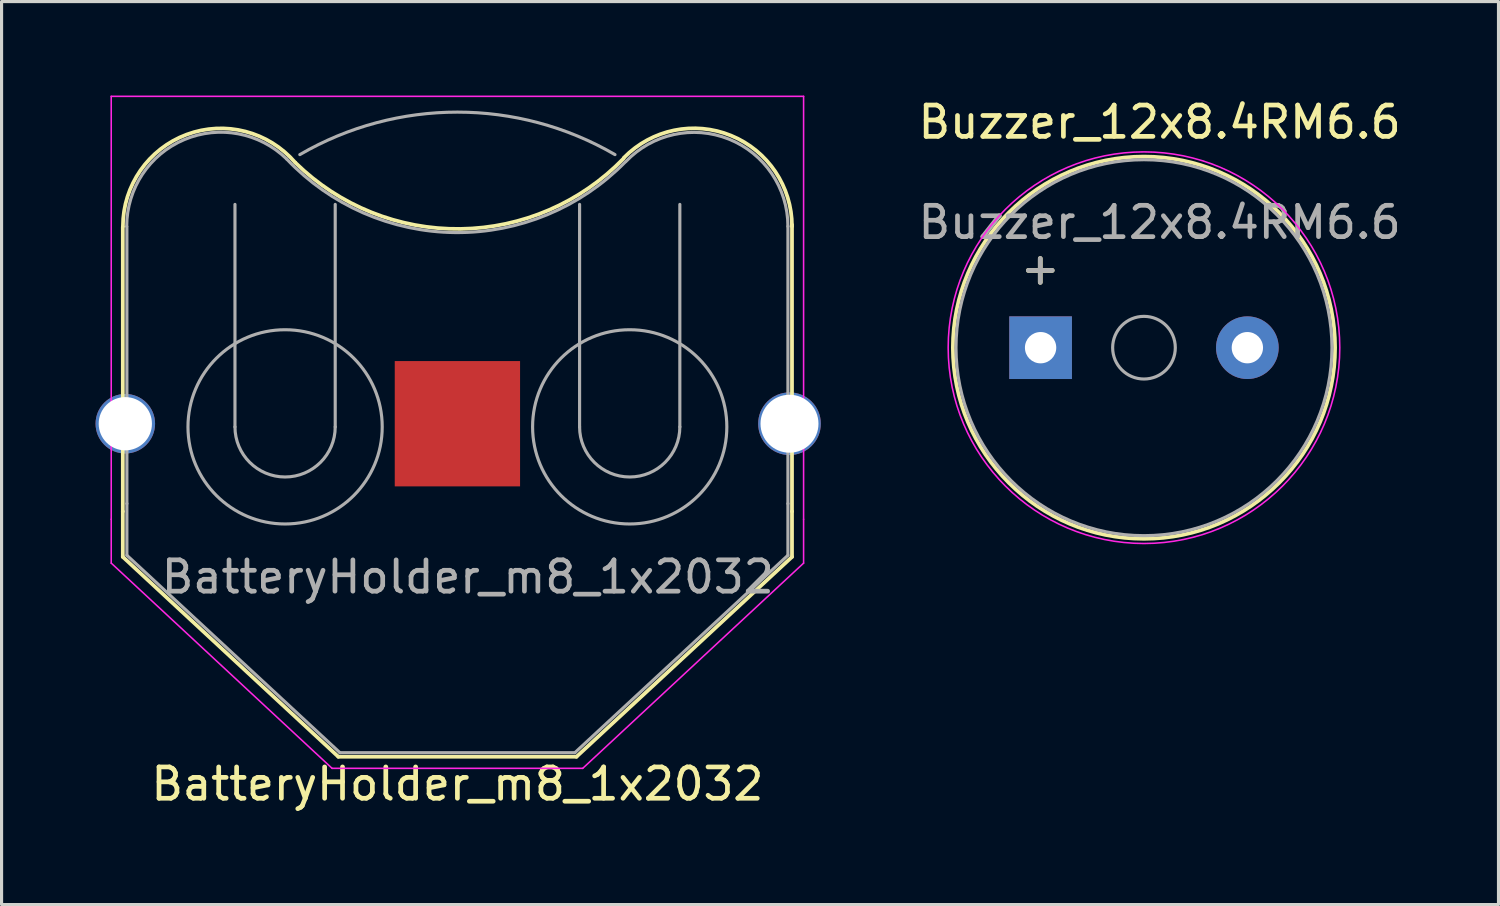
<source format=kicad_pcb>
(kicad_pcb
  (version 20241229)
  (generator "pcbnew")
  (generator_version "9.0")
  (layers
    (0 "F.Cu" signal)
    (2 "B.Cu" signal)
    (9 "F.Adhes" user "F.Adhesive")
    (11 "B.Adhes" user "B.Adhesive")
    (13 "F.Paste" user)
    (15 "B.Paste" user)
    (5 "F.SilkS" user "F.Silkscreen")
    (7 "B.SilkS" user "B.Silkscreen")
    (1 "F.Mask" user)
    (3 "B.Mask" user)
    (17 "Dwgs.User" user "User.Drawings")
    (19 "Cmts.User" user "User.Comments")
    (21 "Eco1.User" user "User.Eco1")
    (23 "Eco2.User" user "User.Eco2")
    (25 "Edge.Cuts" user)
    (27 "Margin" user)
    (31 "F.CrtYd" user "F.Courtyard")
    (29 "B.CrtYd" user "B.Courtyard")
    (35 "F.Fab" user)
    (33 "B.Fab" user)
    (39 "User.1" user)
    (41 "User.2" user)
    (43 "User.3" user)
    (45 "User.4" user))
  (footprint "Buzzer_12x8.4RM6.6"
    (layer "F.Cu")
    (at 30.165 8.048)
    (property "Reference" "Buzzer_12x8.4RM6.6" (at 3.8 -7.2 0) (layer "F.SilkS") (effects (font (size 1 1) (thickness 0.15))))
    (attr through_hole)
    (fp_circle (center 3.3 0) (end 9.4 0) (stroke (width 0.12) (type solid)) (fill no) (layer "F.SilkS"))
    (fp_circle (center 3.3 0) (end 9.55 0) (stroke (width 0.05) (type solid)) (fill no) (layer "F.CrtYd"))
    (fp_circle (center 3.3 0) (end 4.3 0) (stroke (width 0.1) (type solid)) (fill no) (layer "F.Fab"))
    (fp_circle (center 3.3 0) (end 9.3 0) (stroke (width 0.1) (type solid)) (fill no) (layer "F.Fab"))
    (fp_text user "+" (at -0.01 -2.54 0) (layer "F.SilkS") (effects (font (size 1 1) (thickness 0.15))))
    (fp_text user "${REFERENCE}" (at 3.8 -4 0) (layer "F.Fab") (effects (font (size 1 1) (thickness 0.15))))
    (fp_text user "+" (at -0.01 -2.54 0) (layer "F.Fab") (effects (font (size 1 1) (thickness 0.15))))
    (pad "1" thru_hole rect (at 0 0) (size 2 2) (drill 1) (layers "*.Cu" "*.Mask"))
    (pad "2" thru_hole circle (at 6.6 0) (size 2 2) (drill 1) (layers "*.Cu" "*.Mask")))
  (footprint "BatteryHolder_m8_1x2032"
    (layer "F.Cu")
    (at 11.55 10.475)
    (property "Reference" "BatteryHolder_m8_1x2032" (at 0 11.5 0) (layer "F.SilkS") (effects (font (size 1 1) (thickness 0.15))))
    (attr smd)
    (fp_line (start -10.68 2.8) (end -10.68 -6.28) (stroke (width 0.12) (type solid)) (layer "F.SilkS"))
    (fp_line (start -10.68 2.8) (end -10.68 4.25) (stroke (width 0.12) (type solid)) (layer "F.SilkS"))
    (fp_line (start -10.68 4.25) (end -3.8 10.63) (stroke (width 0.12) (type solid)) (layer "F.SilkS"))
    (fp_line (start 3.8 10.63) (end -3.8 10.63) (stroke (width 0.12) (type solid)) (layer "F.SilkS"))
    (fp_line (start 10.68 2.8) (end 10.68 -6.35) (stroke (width 0.12) (type solid)) (layer "F.SilkS"))
    (fp_line (start 10.68 2.8) (end 10.68 4.25) (stroke (width 0.12) (type solid)) (layer "F.SilkS"))
    (fp_line (start 10.68 4.25) (end 3.8 10.63) (stroke (width 0.12) (type solid)) (layer "F.SilkS"))
    (fp_arc (start -10.677058 -6.3) (mid -8.637972 -9.23169) (end -5.180001 -8.339999) (stroke (width 0.12) (type solid)) (layer "F.SilkS"))
    (fp_arc (start 5.306422 -8.467392) (mid 0.096808 -6.218103) (end -5.169999 -8.330001) (stroke (width 0.12) (type solid)) (layer "F.SilkS"))
    (fp_arc (start 5.316452 -8.492753) (mid 8.734461 -9.197232) (end 10.68 -6.3) (stroke (width 0.12) (type solid)) (layer "F.SilkS"))
    (fp_line (start -11.05 -10.45) (end 11.05 -10.45) (stroke (width 0.05) (type solid)) (layer "F.CrtYd"))
    (fp_line (start -11.05 3.05) (end -11.05 -10.45) (stroke (width 0.05) (type solid)) (layer "F.CrtYd"))
    (fp_line (start -11.05 3.05) (end -11.05 4.45) (stroke (width 0.05) (type solid)) (layer "F.CrtYd"))
    (fp_line (start -11.05 4.45) (end -4 11) (stroke (width 0.05) (type solid)) (layer "F.CrtYd"))
    (fp_line (start -4 11) (end 4 11) (stroke (width 0.05) (type solid)) (layer "F.CrtYd"))
    (fp_line (start 4 11) (end 11.05 4.45) (stroke (width 0.05) (type solid)) (layer "F.CrtYd"))
    (fp_line (start 11.05 3.05) (end 11.05 -10.45) (stroke (width 0.05) (type solid)) (layer "F.CrtYd"))
    (fp_line (start 11.05 3.05) (end 11.05 4.45) (stroke (width 0.05) (type solid)) (layer "F.CrtYd"))
    (fp_line (start -10.55 -6.29) (end -10.55 2.55) (stroke (width 0.1) (type solid)) (layer "F.Fab"))
    (fp_line (start -10.55 2.55) (end -10.55 4.2) (stroke (width 0.1) (type solid)) (layer "F.Fab"))
    (fp_line (start -10.55 4.2) (end -3.75 10.5) (stroke (width 0.1) (type solid)) (layer "F.Fab"))
    (fp_line (start -7.1 0.1) (end -7.1 -7) (stroke (width 0.1) (type solid)) (layer "F.Fab"))
    (fp_line (start -3.9 0.1) (end -3.9 -7) (stroke (width 0.1) (type solid)) (layer "F.Fab"))
    (fp_line (start -3.75 10.5) (end 3.75 10.5) (stroke (width 0.1) (type solid)) (layer "F.Fab"))
    (fp_line (start 3.9 0.1) (end 3.9 -7) (stroke (width 0.1) (type solid)) (layer "F.Fab"))
    (fp_line (start 7.1 0.1) (end 7.1 -7) (stroke (width 0.1) (type solid)) (layer "F.Fab"))
    (fp_line (start 10.55 -6.3) (end 10.55 2.55) (stroke (width 0.1) (type solid)) (layer "F.Fab"))
    (fp_line (start 10.55 2.55) (end 10.55 4.2) (stroke (width 0.1) (type solid)) (layer "F.Fab"))
    (fp_line (start 10.55 4.2) (end 3.75 10.5) (stroke (width 0.1) (type solid)) (layer "F.Fab"))
    (fp_arc (start -10.55541 -6.3) (mid -8.716433 -9.069824) (end -5.450001 -8.449999) (stroke (width 0.1) (type solid)) (layer "F.Fab"))
    (fp_arc (start -5.03 -8.59) (mid 0.000119 -9.946168) (end 5.030206 -8.58988) (stroke (width 0.1) (type default)) (layer "F.Fab"))
    (fp_arc (start -3.9 0.1) (mid -5.5 1.7) (end -7.1 0.1) (stroke (width 0.1) (type solid)) (layer "F.Fab"))
    (fp_arc (start 5.351903 -8.348132) (mid -0.070711 -6.102001) (end -5.449999 -8.450001) (stroke (width 0.1) (type solid)) (layer "F.Fab"))
    (fp_arc (start 5.376326 -8.367641) (mid 8.663323 -9.085769) (end 10.55 -6.3) (stroke (width 0.1) (type solid)) (layer "F.Fab"))
    (fp_arc (start 7.1 0.1) (mid 5.5 1.7) (end 3.9 0.1) (stroke (width 0.1) (type solid)) (layer "F.Fab"))
    (fp_circle (center -5.5 0.1) (end -2.4 0.1) (stroke (width 0.1) (type solid)) (fill no) (layer "F.Fab"))
    (fp_circle (center 5.5 0.1) (end 8.6 0.1) (stroke (width 0.1) (type solid)) (fill no) (layer "F.Fab"))
    (fp_text user "${REFERENCE}" (at 0.33 4.89 0) (layer "F.Fab") (effects (font (size 1 1) (thickness 0.15))))
    (pad "1" thru_hole circle (at -10.6 0) (size 1.9 1.9) (drill 1.7) (layers "*.Cu" "*.Mask"))
    (pad "1" thru_hole circle (at 10.6 0) (size 2 2) (drill 1.85) (layers "*.Cu" "*.Mask"))
    (pad "2" smd rect (at 0 0) (size 4 4) (layers "F.Cu" "F.Mask" "F.Paste")))
  (gr_rect
    (start -3 -3)
    (end 44.781 25.823)
    (stroke (width 0.1) (type default))
    (fill no)
    (layer "Edge.Cuts")))
</source>
